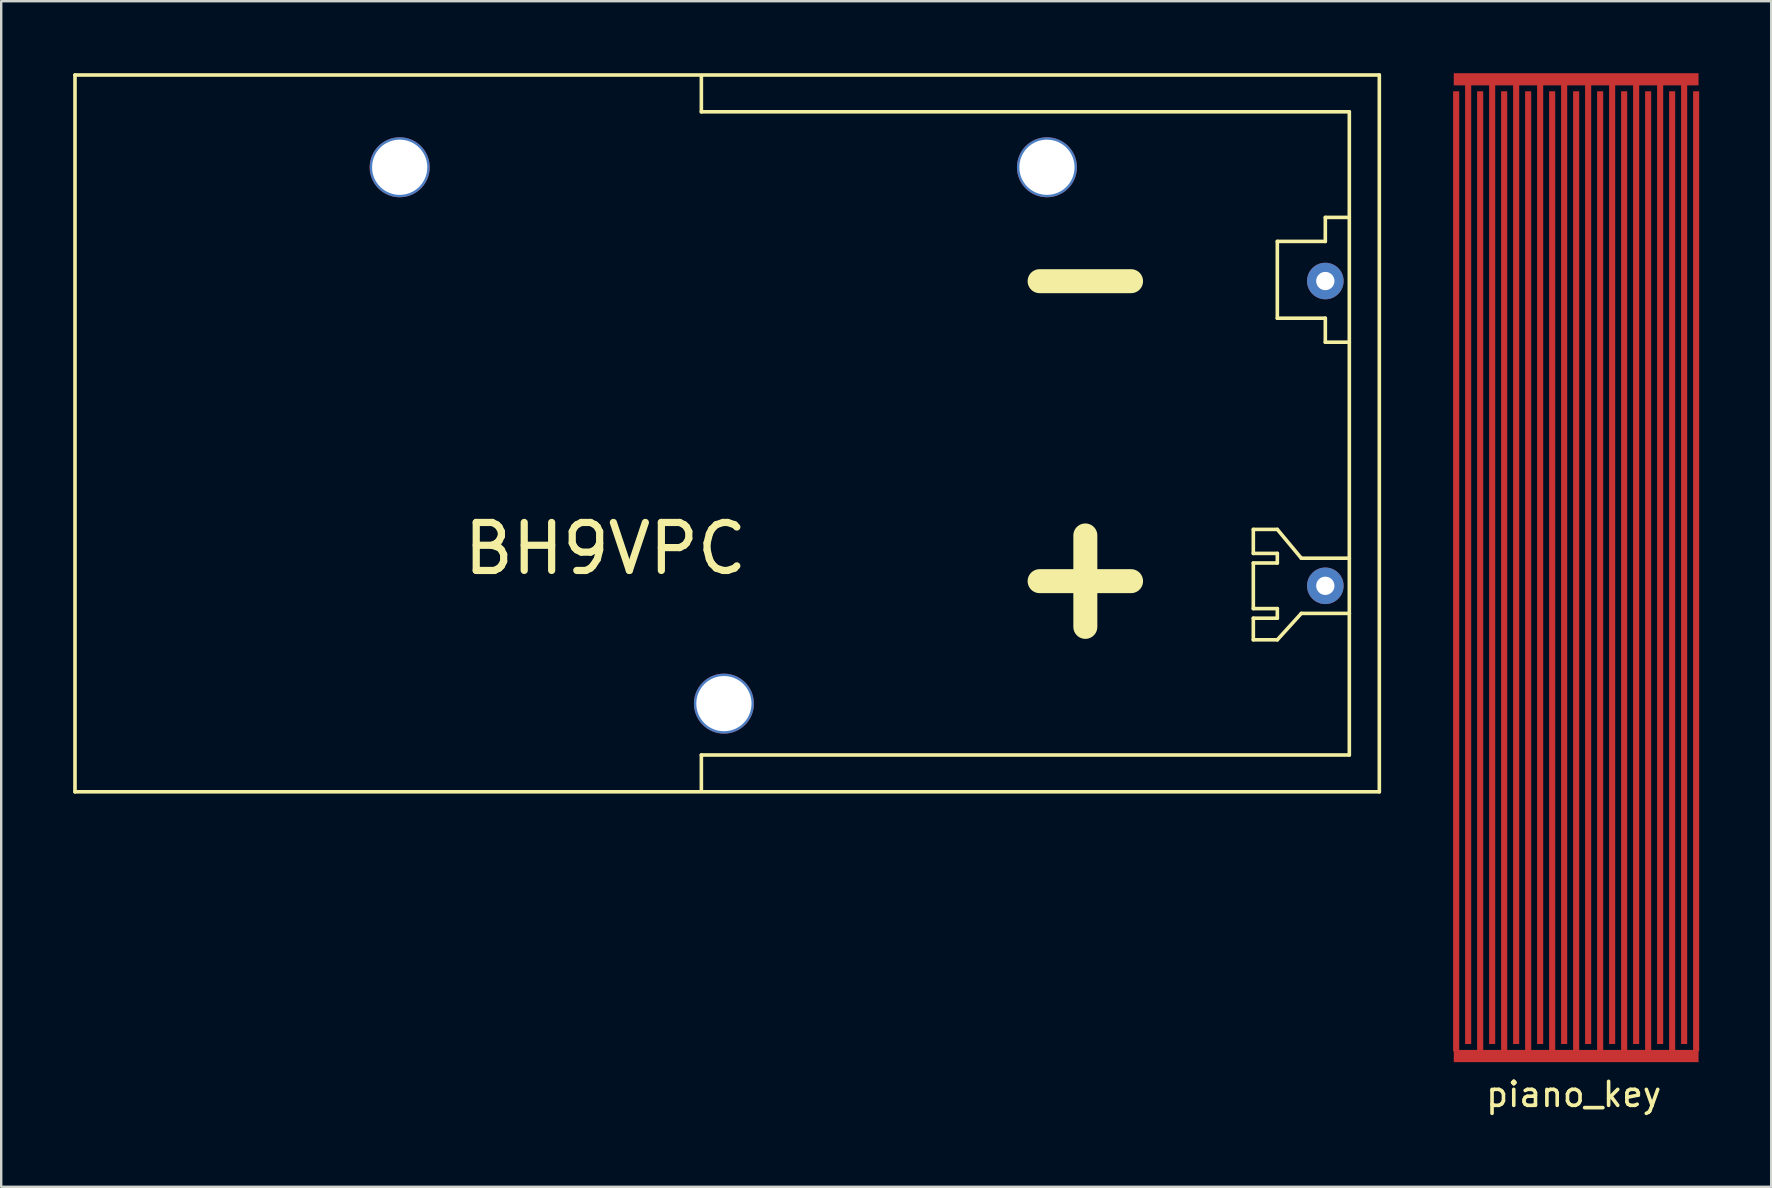
<source format=kicad_pcb>
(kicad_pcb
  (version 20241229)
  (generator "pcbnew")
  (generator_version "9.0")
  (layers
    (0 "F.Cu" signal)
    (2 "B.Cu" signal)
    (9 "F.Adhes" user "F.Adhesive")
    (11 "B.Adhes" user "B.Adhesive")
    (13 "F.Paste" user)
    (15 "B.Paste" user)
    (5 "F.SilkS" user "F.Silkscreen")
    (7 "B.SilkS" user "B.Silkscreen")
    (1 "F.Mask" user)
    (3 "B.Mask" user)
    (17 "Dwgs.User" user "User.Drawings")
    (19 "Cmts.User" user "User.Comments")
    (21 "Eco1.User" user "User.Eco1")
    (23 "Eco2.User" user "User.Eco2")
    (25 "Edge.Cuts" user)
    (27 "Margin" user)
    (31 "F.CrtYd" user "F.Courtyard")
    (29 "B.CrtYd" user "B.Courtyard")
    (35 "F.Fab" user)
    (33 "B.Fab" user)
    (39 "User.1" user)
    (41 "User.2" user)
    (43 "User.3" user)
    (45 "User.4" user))
  (footprint "BH9VPC"
    (layer "F.Cu")
    (at 52.175 15.01)
    (property "Reference" "BH9VPC" (at -30 4.8 0) (layer "F.SilkS") (effects (font (size 2 2) (thickness 0.3))))
    (attr through_hole)
    (fp_line (start -52.1 -14.935) (end -52.1 14.935) (stroke (width 0.15) (type solid)) (layer "F.SilkS"))
    (fp_line (start -26 -13.4) (end -26 -14.9) (stroke (width 0.15) (type solid)) (layer "F.SilkS"))
    (fp_line (start -26 13.4) (end 1 13.4) (stroke (width 0.15) (type solid)) (layer "F.SilkS"))
    (fp_line (start -26 14.9) (end -26 13.4) (stroke (width 0.15) (type solid)) (layer "F.SilkS"))
    (fp_line (start -3 4) (end -3 5) (stroke (width 0.15) (type solid)) (layer "F.SilkS"))
    (fp_line (start -3 5) (end -2 5) (stroke (width 0.15) (type solid)) (layer "F.SilkS"))
    (fp_line (start -3 5.4) (end -3 7.3) (stroke (width 0.15) (type solid)) (layer "F.SilkS"))
    (fp_line (start -3 7.3) (end -2 7.3) (stroke (width 0.15) (type solid)) (layer "F.SilkS"))
    (fp_line (start -3 7.7) (end -3 8.6) (stroke (width 0.15) (type solid)) (layer "F.SilkS"))
    (fp_line (start -3 8.6) (end -2 8.6) (stroke (width 0.15) (type solid)) (layer "F.SilkS"))
    (fp_line (start -2 -8) (end -2 -4.8) (stroke (width 0.15) (type solid)) (layer "F.SilkS"))
    (fp_line (start -2 -8) (end 0 -8) (stroke (width 0.15) (type solid)) (layer "F.SilkS"))
    (fp_line (start -2 -4.8) (end 0 -4.8) (stroke (width 0.15) (type solid)) (layer "F.SilkS"))
    (fp_line (start -2 4) (end -3 4) (stroke (width 0.15) (type solid)) (layer "F.SilkS"))
    (fp_line (start -2 5) (end -2 5.4) (stroke (width 0.15) (type solid)) (layer "F.SilkS"))
    (fp_line (start -2 5.4) (end -3 5.4) (stroke (width 0.15) (type solid)) (layer "F.SilkS"))
    (fp_line (start -2 7.3) (end -2 7.7) (stroke (width 0.15) (type solid)) (layer "F.SilkS"))
    (fp_line (start -2 7.7) (end -3 7.7) (stroke (width 0.15) (type solid)) (layer "F.SilkS"))
    (fp_line (start -2 8.6) (end -1 7.5) (stroke (width 0.15) (type solid)) (layer "F.SilkS"))
    (fp_line (start -1 5.2) (end -2 4) (stroke (width 0.15) (type solid)) (layer "F.SilkS"))
    (fp_line (start 0 -9) (end 1 -9) (stroke (width 0.15) (type solid)) (layer "F.SilkS"))
    (fp_line (start 0 -8) (end 0 -9) (stroke (width 0.15) (type solid)) (layer "F.SilkS"))
    (fp_line (start 0 -4.8) (end 0 -3.8) (stroke (width 0.15) (type solid)) (layer "F.SilkS"))
    (fp_line (start 0 -3.8) (end 1 -3.8) (stroke (width 0.15) (type solid)) (layer "F.SilkS"))
    (fp_line (start 1 -13.4) (end -26 -13.4) (stroke (width 0.15) (type solid)) (layer "F.SilkS"))
    (fp_line (start 1 5.2) (end -1 5.2) (stroke (width 0.15) (type solid)) (layer "F.SilkS"))
    (fp_line (start 1 7.5) (end -1 7.5) (stroke (width 0.15) (type solid)) (layer "F.SilkS"))
    (fp_line (start 1 13.4) (end 1 -13.4) (stroke (width 0.15) (type solid)) (layer "F.SilkS"))
    (fp_line (start 2.25 -14.935) (end -52.1 -14.935) (stroke (width 0.15) (type solid)) (layer "F.SilkS"))
    (fp_line (start 2.25 -14.935) (end 2.25 14.935) (stroke (width 0.15) (type solid)) (layer "F.SilkS"))
    (fp_line (start 2.25 14.935) (end -52.1 14.935) (stroke (width 0.15) (type solid)) (layer "F.SilkS"))
    (fp_text user "-" (at -10 -6.7 0) (layer "F.SilkS") (effects (font (size 5 5) (thickness 1))))
    (fp_text user "+" (at -10 5.8 0) (layer "F.SilkS") (effects (font (size 5 5) (thickness 1))))
    (pad "" thru_hole circle (at -38.57 -11.09) (size 2.5 2.5) (drill 2.3) (layers "*.Cu" "*.Mask"))
    (pad "" thru_hole circle (at -25.06 11.26) (size 2.5 2.5) (drill 2.3) (layers "*.Cu" "*.Mask"))
    (pad "" thru_hole circle (at -11.6 -11.09) (size 2.5 2.5) (drill 2.3) (layers "*.Cu" "*.Mask"))
    (pad "1" thru_hole circle (at 0 6.35) (size 1.524 1.524) (drill 0.762) (layers "*.Cu" "*.Mask"))
    (pad "2" thru_hole circle (at 0 -6.35) (size 1.524 1.524) (drill 0.762) (layers "*.Cu" "*.Mask")))
  (footprint "piano_key"
    (layer "F.Cu")
    (at 62.527 20.754)
    (property "Reference" "piano_key" (at 0 21.8 0) (layer "F.SilkS") (effects (font (size 1 1) (thickness 0.15))))
    (attr through_hole)
    (pad "1" smd rect (at -4.9 0) (size 0.254 40) (layers "F.Cu" "F.Mask" "F.Paste"))
    (pad "1" smd rect (at -3.9 0) (size 0.254 40) (layers "F.Cu" "F.Mask" "F.Paste"))
    (pad "1" smd rect (at -2.9 0) (size 0.254 40) (layers "F.Cu" "F.Mask" "F.Paste"))
    (pad "1" smd rect (at -1.9 0) (size 0.254 40) (layers "F.Cu" "F.Mask" "F.Paste"))
    (pad "1" smd rect (at -0.9 0) (size 0.254 40) (layers "F.Cu" "F.Mask" "F.Paste"))
    (pad "1" smd rect (at 0.1 0) (size 0.254 40) (layers "F.Cu" "F.Mask" "F.Paste"))
    (pad "1" smd rect (at 0.1 20.2) (size 10.2 0.508) (layers "F.Cu" "F.Mask" "F.Paste"))
    (pad "1" smd rect (at 1.1 0) (size 0.254 40) (layers "F.Cu" "F.Mask" "F.Paste"))
    (pad "1" smd rect (at 2.1 0) (size 0.254 40) (layers "F.Cu" "F.Mask" "F.Paste"))
    (pad "1" smd rect (at 3.1 0) (size 0.254 40) (layers "F.Cu" "F.Mask" "F.Paste"))
    (pad "1" smd rect (at 4.1 0) (size 0.254 40) (layers "F.Cu" "F.Mask" "F.Paste"))
    (pad "1" smd rect (at 5.1 0) (size 0.254 40) (layers "F.Cu" "F.Mask" "F.Paste"))
    (pad "2" smd rect (at -4.4 -0.3) (size 0.254 40) (layers "F.Cu" "F.Mask" "F.Paste"))
    (pad "2" smd rect (at -3.4 -0.3) (size 0.254 40) (layers "F.Cu" "F.Mask" "F.Paste"))
    (pad "2" smd rect (at -2.4 -0.3) (size 0.254 40) (layers "F.Cu" "F.Mask" "F.Paste"))
    (pad "2" smd rect (at -1.4 -0.3) (size 0.254 40) (layers "F.Cu" "F.Mask" "F.Paste"))
    (pad "2" smd rect (at -0.4 -0.3) (size 0.254 40) (layers "F.Cu" "F.Mask" "F.Paste"))
    (pad "2" smd rect (at 0.1 -20.5) (size 10.2 0.508) (layers "F.Cu" "F.Mask" "F.Paste"))
    (pad "2" smd rect (at 0.6 -0.3) (size 0.254 40) (layers "F.Cu" "F.Mask" "F.Paste"))
    (pad "2" smd rect (at 1.6 -0.3) (size 0.254 40) (layers "F.Cu" "F.Mask" "F.Paste"))
    (pad "2" smd rect (at 2.6 -0.3) (size 0.254 40) (layers "F.Cu" "F.Mask" "F.Paste"))
    (pad "2" smd rect (at 3.6 -0.3) (size 0.254 40) (layers "F.Cu" "F.Mask" "F.Paste"))
    (pad "2" smd rect (at 4.6 -0.3) (size 0.254 40) (layers "F.Cu" "F.Mask" "F.Paste")))
  (gr_rect
    (start -3 -3)
    (end 70.754 46.402)
    (stroke (width 0.1) (type default))
    (fill no)
    (layer "Edge.Cuts")))
</source>
